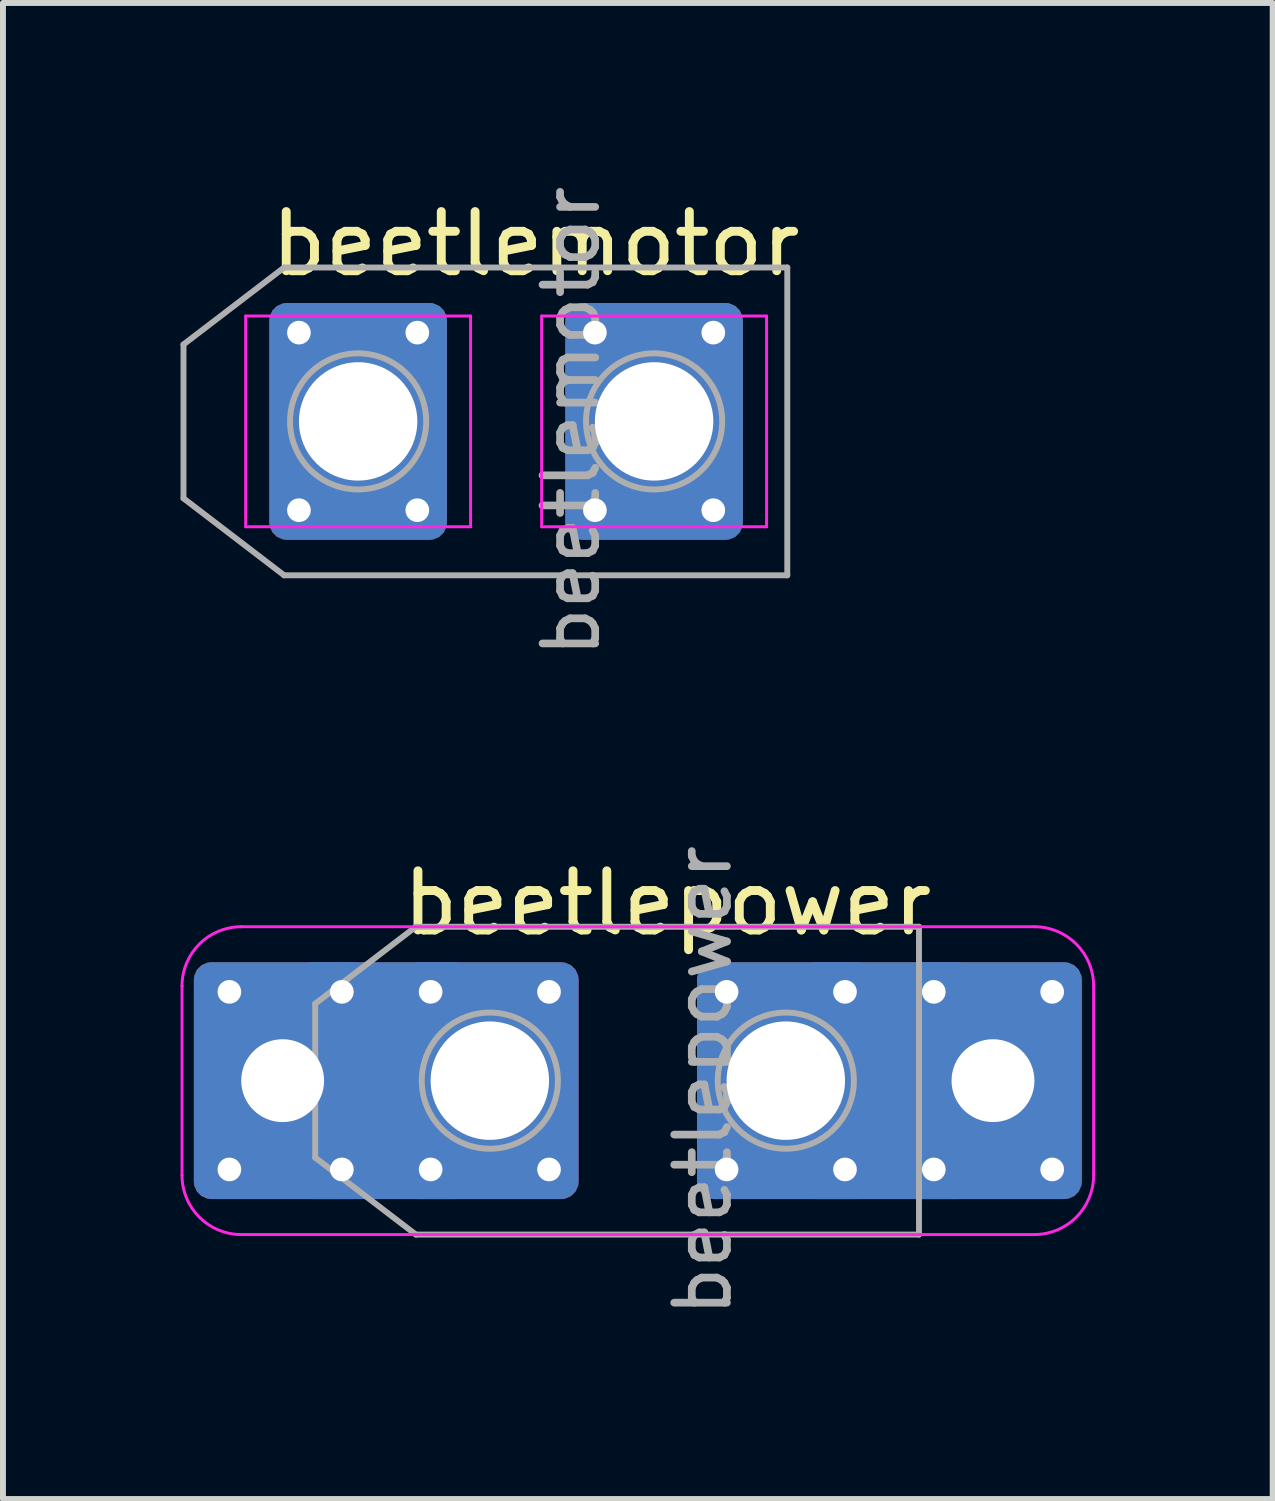
<source format=kicad_pcb>
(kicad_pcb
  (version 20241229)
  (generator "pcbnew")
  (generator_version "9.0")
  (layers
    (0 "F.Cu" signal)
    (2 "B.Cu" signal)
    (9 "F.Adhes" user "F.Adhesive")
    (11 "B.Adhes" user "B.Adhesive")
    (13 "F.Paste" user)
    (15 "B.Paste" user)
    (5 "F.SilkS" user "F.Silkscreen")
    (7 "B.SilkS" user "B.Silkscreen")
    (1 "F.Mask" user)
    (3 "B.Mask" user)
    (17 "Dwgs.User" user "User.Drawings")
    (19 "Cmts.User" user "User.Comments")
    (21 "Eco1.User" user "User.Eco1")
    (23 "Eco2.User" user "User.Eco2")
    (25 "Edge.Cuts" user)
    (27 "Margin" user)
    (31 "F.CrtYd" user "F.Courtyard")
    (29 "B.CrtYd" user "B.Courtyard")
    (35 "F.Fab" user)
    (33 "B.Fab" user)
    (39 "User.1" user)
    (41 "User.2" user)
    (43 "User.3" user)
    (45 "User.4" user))
  (footprint "beetlepower"
    (layer "F.Cu")
    (at 5.225 15.206)
    (property "Reference" "beetlepower" (at 3 -3 0) (layer "F.SilkS") (effects (font (size 1 1) (thickness 0.15))))
    (attr exclude_from_pos_files exclude_from_bom)
    (fp_line (start -5.2 1.6) (end -5.2 -1.6) (stroke (width 0.05) (type default)) (layer "F.CrtYd"))
    (fp_line (start -4.2 -2.6) (end 9.2 -2.6) (stroke (width 0.05) (type default)) (layer "F.CrtYd"))
    (fp_line (start 9.2 2.6) (end -4.2 2.6) (stroke (width 0.05) (type default)) (layer "F.CrtYd"))
    (fp_line (start 10.2 -1.6) (end 10.2 1.6) (stroke (width 0.05) (type default)) (layer "F.CrtYd"))
    (fp_arc (start -5.2 -1.6) (mid -4.907107 -2.307107) (end -4.2 -2.6) (stroke (width 0.05) (type default)) (layer "F.CrtYd"))
    (fp_arc (start -4.2 2.6) (mid -4.907107 2.307107) (end -5.2 1.6) (stroke (width 0.05) (type default)) (layer "F.CrtYd"))
    (fp_arc (start 9.2 -2.6) (mid 9.907107 -2.307107) (end 10.2 -1.6) (stroke (width 0.05) (type default)) (layer "F.CrtYd"))
    (fp_arc (start 10.2 1.6) (mid 9.907107 2.307107) (end 9.2 2.6) (stroke (width 0.05) (type default)) (layer "F.CrtYd"))
    (fp_line (start -2.95 -1.3) (end -2.95 1.3) (stroke (width 0.1) (type solid)) (layer "F.Fab"))
    (fp_line (start -2.95 -1.3) (end -1.25 -2.6) (stroke (width 0.1) (type solid)) (layer "F.Fab"))
    (fp_line (start -2.95 1.3) (end -1.25 2.6) (stroke (width 0.1) (type solid)) (layer "F.Fab"))
    (fp_line (start -1.25 -2.6) (end 7.25 -2.6) (stroke (width 0.1) (type solid)) (layer "F.Fab"))
    (fp_line (start -1.25 2.6) (end 7.25 2.6) (stroke (width 0.1) (type solid)) (layer "F.Fab"))
    (fp_line (start 7.25 -2.6) (end 7.25 2.6) (stroke (width 0.1) (type solid)) (layer "F.Fab"))
    (fp_circle (center 0 0) (end 1.15 0) (stroke (width 0.1) (type solid)) (fill no) (layer "F.Fab"))
    (fp_circle (center 5 0) (end 6.15 0) (stroke (width 0.1) (type solid)) (fill no) (layer "F.Fab"))
    (fp_text user "${REFERENCE}" (at 3.6 0 90) (layer "F.Fab") (effects (font (size 0.89 0.89) (thickness 0.13))))
    (pad "1" thru_hole circle (at -4.4 -1.5) (size 0.8 0.8) (drill 0.4) (layers "*.Cu" "*.Mask"))
    (pad "1" thru_hole circle (at -4.4 1.5) (size 0.8 0.8) (drill 0.4) (layers "*.Cu" "*.Mask"))
    (pad "1" thru_hole roundrect (at -3.5 0) (size 3 4) (drill 1.4) (layers "*.Cu" "*.Mask") (roundrect_rratio 0.098))
    (pad "1" thru_hole circle (at -2.5 -1.5) (size 0.8 0.8) (drill 0.4) (layers "*.Cu" "*.Mask"))
    (pad "1" thru_hole circle (at -2.5 1.5) (size 0.8 0.8) (drill 0.4) (layers "*.Cu" "*.Mask"))
    (pad "1" smd roundrect (at -1.8 0) (size 3 4) (layers "F.Cu") (roundrect_rratio 0.098))
    (pad "1" smd roundrect (at -1.8 0) (size 3 4) (layers "B.Cu") (roundrect_rratio 0.098))
    (pad "1" thru_hole circle (at -1 -1.5) (size 0.8 0.8) (drill 0.4) (layers "*.Cu" "*.Mask"))
    (pad "1" thru_hole circle (at -1 1.5) (size 0.8 0.8) (drill 0.4) (layers "*.Cu" "*.Mask"))
    (pad "1" thru_hole roundrect (at 0 0) (size 3 4) (drill 2) (layers "*.Cu" "*.Mask") (roundrect_rratio 0.098))
    (pad "1" thru_hole circle (at 1 -1.5) (size 0.8 0.8) (drill 0.4) (layers "*.Cu" "*.Mask"))
    (pad "1" thru_hole circle (at 1 1.5) (size 0.8 0.8) (drill 0.4) (layers "*.Cu" "*.Mask"))
    (pad "2" thru_hole circle (at 4 -1.5) (size 0.8 0.8) (drill 0.4) (layers "*.Cu" "*.Mask"))
    (pad "2" thru_hole circle (at 4 1.5) (size 0.8 0.8) (drill 0.4) (layers "*.Cu" "*.Mask"))
    (pad "2" thru_hole roundrect (at 5 0) (size 3 4) (drill 2) (layers "*.Cu" "*.Mask") (roundrect_rratio 0.098))
    (pad "2" thru_hole circle (at 6 -1.5) (size 0.8 0.8) (drill 0.4) (layers "*.Cu" "*.Mask"))
    (pad "2" thru_hole circle (at 6 1.5) (size 0.8 0.8) (drill 0.4) (layers "*.Cu" "*.Mask"))
    (pad "2" smd roundrect (at 6.7 0) (size 3 4) (layers "F.Cu") (roundrect_rratio 0.098))
    (pad "2" smd roundrect (at 6.7 0) (size 3 4) (layers "B.Cu") (roundrect_rratio 0.098))
    (pad "2" thru_hole circle (at 7.5 -1.5) (size 0.8 0.8) (drill 0.4) (layers "*.Cu" "*.Mask"))
    (pad "2" thru_hole circle (at 7.5 1.5) (size 0.8 0.8) (drill 0.4) (layers "*.Cu" "*.Mask"))
    (pad "2" thru_hole roundrect (at 8.5 0) (size 3 4) (drill 1.4) (layers "*.Cu" "*.Mask") (roundrect_rratio 0.098))
    (pad "2" thru_hole circle (at 9.5 -1.5) (size 0.8 0.8) (drill 0.4) (layers "*.Cu" "*.Mask"))
    (pad "2" thru_hole circle (at 9.5 1.5) (size 0.8 0.8) (drill 0.4) (layers "*.Cu" "*.Mask")))
  (footprint "beetlemotor"
    (layer "F.Cu")
    (at 3 4.069)
    (property "Reference" "beetlemotor" (at 3 -3 0) (layer "F.SilkS") (effects (font (size 1 1) (thickness 0.15))))
    (attr exclude_from_pos_files exclude_from_bom)
    (fp_line (start -1.9 -1.78) (end -1.9 1.78) (stroke (width 0.05) (type solid)) (layer "F.CrtYd"))
    (fp_line (start -1.9 1.78) (end 1.9 1.78) (stroke (width 0.05) (type solid)) (layer "F.CrtYd"))
    (fp_line (start 1.9 -1.78) (end -1.9 -1.78) (stroke (width 0.05) (type solid)) (layer "F.CrtYd"))
    (fp_line (start 1.9 1.78) (end 1.9 -1.78) (stroke (width 0.05) (type solid)) (layer "F.CrtYd"))
    (fp_line (start 3.1 -1.78) (end 3.1 1.78) (stroke (width 0.05) (type solid)) (layer "F.CrtYd"))
    (fp_line (start 3.1 1.78) (end 6.9 1.78) (stroke (width 0.05) (type solid)) (layer "F.CrtYd"))
    (fp_line (start 6.9 -1.78) (end 3.1 -1.78) (stroke (width 0.05) (type solid)) (layer "F.CrtYd"))
    (fp_line (start 6.9 1.78) (end 6.9 -1.78) (stroke (width 0.05) (type solid)) (layer "F.CrtYd"))
    (fp_line (start -2.95 -1.3) (end -2.95 1.3) (stroke (width 0.1) (type solid)) (layer "F.Fab"))
    (fp_line (start -2.95 -1.3) (end -1.25 -2.6) (stroke (width 0.1) (type solid)) (layer "F.Fab"))
    (fp_line (start -2.95 1.3) (end -1.25 2.6) (stroke (width 0.1) (type solid)) (layer "F.Fab"))
    (fp_line (start -1.25 -2.6) (end 7.25 -2.6) (stroke (width 0.1) (type solid)) (layer "F.Fab"))
    (fp_line (start -1.25 2.6) (end 7.25 2.6) (stroke (width 0.1) (type solid)) (layer "F.Fab"))
    (fp_line (start 7.25 -2.6) (end 7.25 2.6) (stroke (width 0.1) (type solid)) (layer "F.Fab"))
    (fp_circle (center 0 0) (end 1.15 0) (stroke (width 0.1) (type solid)) (fill no) (layer "F.Fab"))
    (fp_circle (center 5 0) (end 6.15 0) (stroke (width 0.1) (type solid)) (fill no) (layer "F.Fab"))
    (fp_text user "${REFERENCE}" (at 3.6 0 90) (layer "F.Fab") (effects (font (size 0.89 0.89) (thickness 0.13))))
    (pad "1" thru_hole circle (at -1 -1.5) (size 0.8 0.8) (drill 0.4) (layers "*.Cu" "*.Mask"))
    (pad "1" thru_hole circle (at -1 1.5) (size 0.8 0.8) (drill 0.4) (layers "*.Cu" "*.Mask"))
    (pad "1" thru_hole roundrect (at 0 0) (size 3 4) (drill 2) (layers "*.Cu" "*.Mask") (roundrect_rratio 0.098))
    (pad "1" thru_hole circle (at 1 -1.5) (size 0.8 0.8) (drill 0.4) (layers "*.Cu" "*.Mask"))
    (pad "1" thru_hole circle (at 1 1.5) (size 0.8 0.8) (drill 0.4) (layers "*.Cu" "*.Mask"))
    (pad "2" thru_hole circle (at 4 -1.5) (size 0.8 0.8) (drill 0.4) (layers "*.Cu" "*.Mask"))
    (pad "2" thru_hole circle (at 4 1.5) (size 0.8 0.8) (drill 0.4) (layers "*.Cu" "*.Mask"))
    (pad "2" thru_hole roundrect (at 5 0) (size 3 4) (drill 2) (layers "*.Cu" "*.Mask") (roundrect_rratio 0.098))
    (pad "2" thru_hole circle (at 6 -1.5) (size 0.8 0.8) (drill 0.4) (layers "*.Cu" "*.Mask"))
    (pad "2" thru_hole circle (at 6 1.5) (size 0.8 0.8) (drill 0.4) (layers "*.Cu" "*.Mask")))
  (gr_rect
    (start -3 -3)
    (end 18.45 22.274)
    (stroke (width 0.1) (type default))
    (fill no)
    (layer "Edge.Cuts")))
</source>
